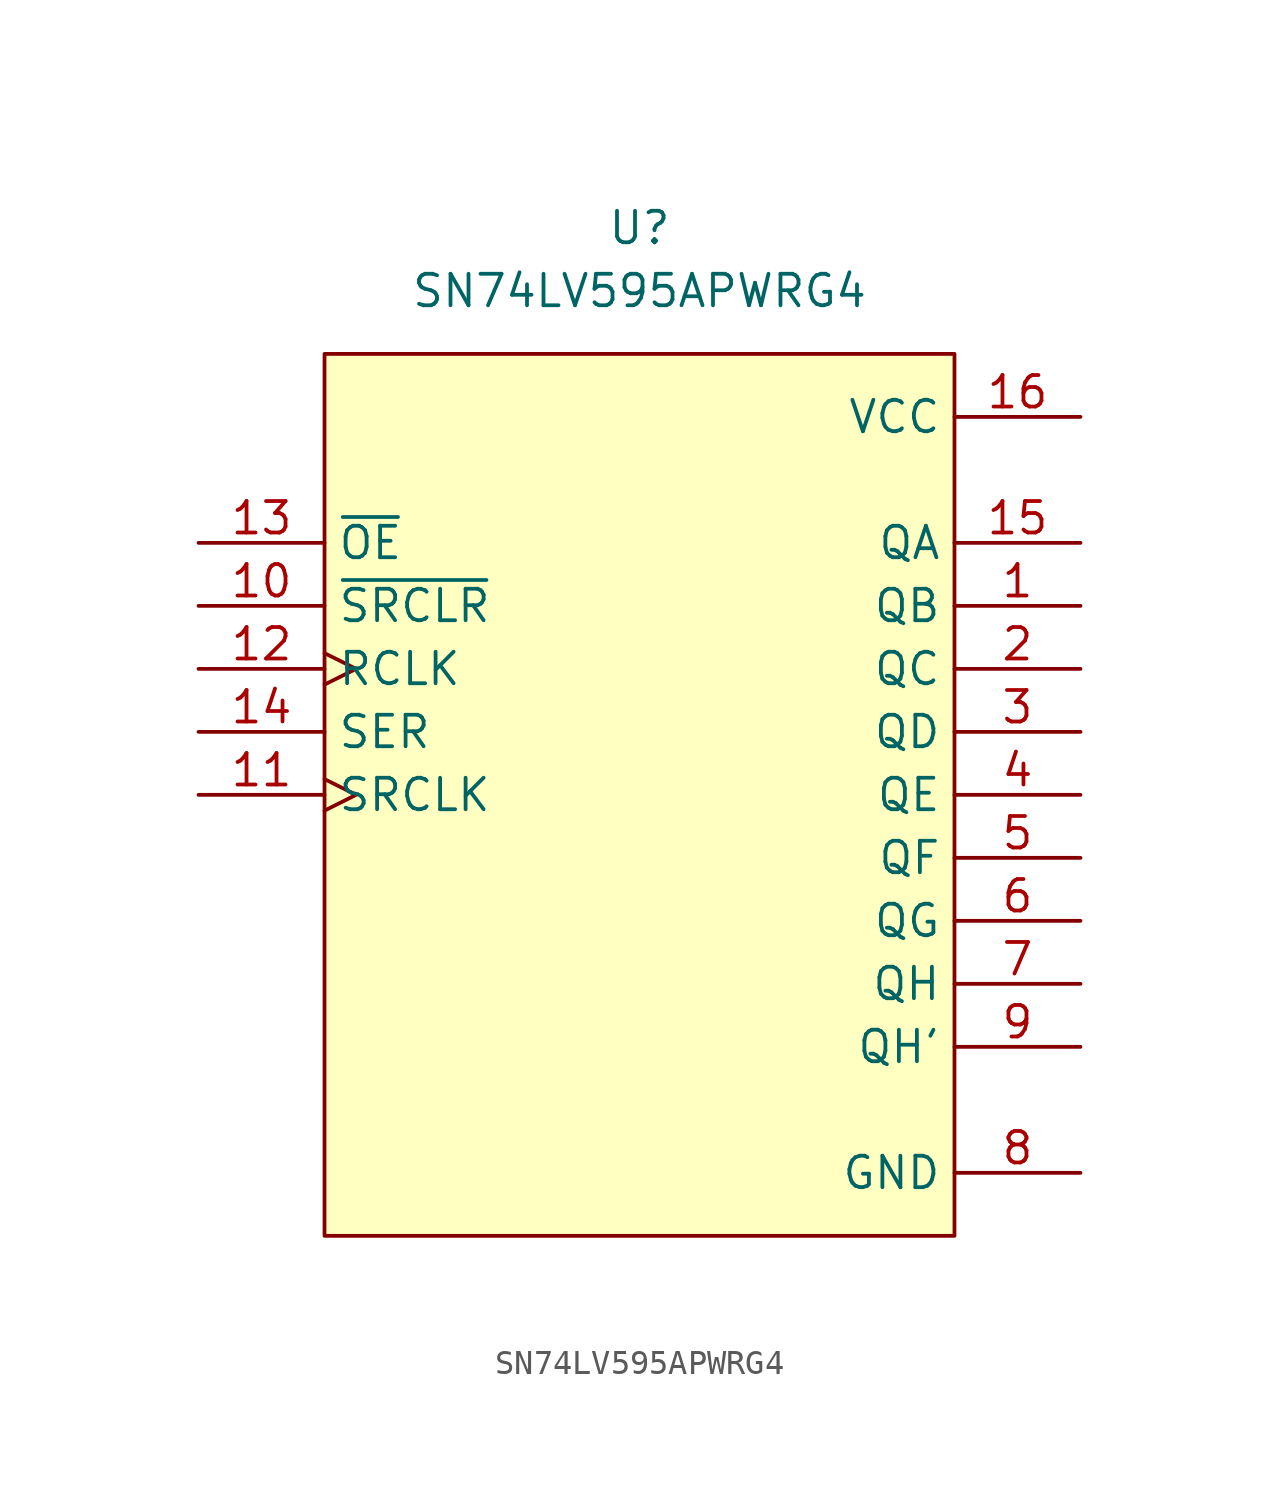
<source format=kicad_sym>
(kicad_symbol_lib
  (version 20211014)
  (generator kicad_symbol_editor)
  (symbol "SN74LV595APWRG4"
    (property "Reference" "U"
      (at 12.7 5.08 0)
      (effects (font (size 1.27 1.27))))
    (property "Value" "SN74LV595APWRG4"
      (at 12.7 2.54 0)
      (effects (font (size 1.27 1.27))))
    (symbol "SN74LV595APWRG4_0_1"
      (rectangle (start 0 0) (end 25.4 -35.56) (stroke (width 0.152) (type default) (color 0 0 0 0)) (fill (type background))))
    (symbol "SN74LV595APWRG4_1_1"
      (pin output line (at 30.48 -10.16 180) (length 5.08) (name "QB" (effects (font (size 1.27 1.27)))) (number "1" (effects (font (size 1.27 1.27)))))
      (pin input line (at -5.08 -10.16 0) (length 5.08) (name "~{SRCLR}" (effects (font (size 1.27 1.27)))) (number "10" (effects (font (size 1.27 1.27)))))
      (pin input clock (at -5.08 -17.78 0) (length 5.08) (name "SRCLK" (effects (font (size 1.27 1.27)))) (number "11" (effects (font (size 1.27 1.27)))))
      (pin input clock (at -5.08 -12.7 0) (length 5.08) (name "RCLK" (effects (font (size 1.27 1.27)))) (number "12" (effects (font (size 1.27 1.27)))))
      (pin input line (at -5.08 -7.62 0) (length 5.08) (name "~{OE}" (effects (font (size 1.27 1.27)))) (number "13" (effects (font (size 1.27 1.27)))))
      (pin input line (at -5.08 -15.24 0) (length 5.08) (name "SER" (effects (font (size 1.27 1.27)))) (number "14" (effects (font (size 1.27 1.27)))))
      (pin output line (at 30.48 -7.62 180) (length 5.08) (name "QA" (effects (font (size 1.27 1.27)))) (number "15" (effects (font (size 1.27 1.27)))))
      (pin power_in line (at 30.48 -2.54 180) (length 5.08) (name "VCC" (effects (font (size 1.27 1.27)))) (number "16" (effects (font (size 1.27 1.27)))))
      (pin output line (at 30.48 -12.7 180) (length 5.08) (name "QC" (effects (font (size 1.27 1.27)))) (number "2" (effects (font (size 1.27 1.27)))))
      (pin output line (at 30.48 -15.24 180) (length 5.08) (name "QD" (effects (font (size 1.27 1.27)))) (number "3" (effects (font (size 1.27 1.27)))))
      (pin output line (at 30.48 -17.78 180) (length 5.08) (name "QE" (effects (font (size 1.27 1.27)))) (number "4" (effects (font (size 1.27 1.27)))))
      (pin output line (at 30.48 -20.32 180) (length 5.08) (name "QF" (effects (font (size 1.27 1.27)))) (number "5" (effects (font (size 1.27 1.27)))))
      (pin output line (at 30.48 -22.86 180) (length 5.08) (name "QG" (effects (font (size 1.27 1.27)))) (number "6" (effects (font (size 1.27 1.27)))))
      (pin output line (at 30.48 -25.4 180) (length 5.08) (name "QH" (effects (font (size 1.27 1.27)))) (number "7" (effects (font (size 1.27 1.27)))))
      (pin power_in line (at 30.48 -33.02 180) (length 5.08) (name "GND" (effects (font (size 1.27 1.27)))) (number "8" (effects (font (size 1.27 1.27)))))
      (pin output line (at 30.48 -27.94 180) (length 5.08) (name "QH'" (effects (font (size 1.27 1.27)))) (number "9" (effects (font (size 1.27 1.27))))))))
</source>
